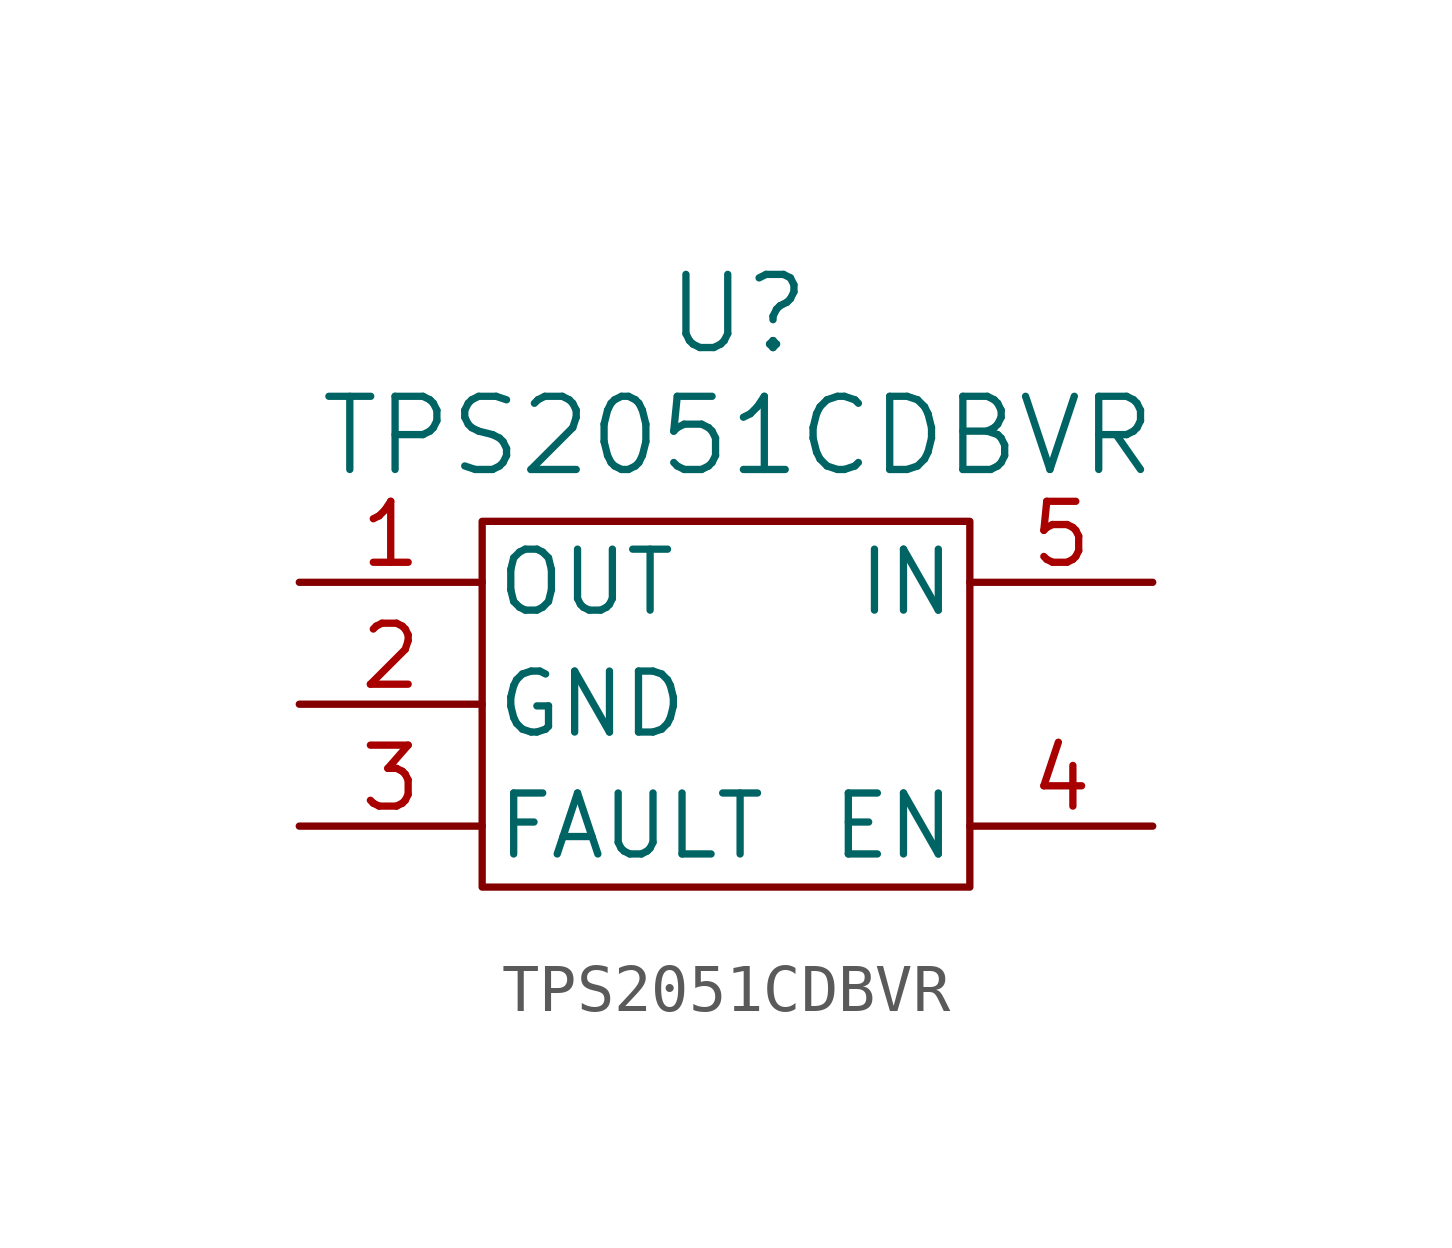
<source format=kicad_sym>
(kicad_symbol_lib
  (version 20231120)
  (generator "kicad_symbol_editor")
  (generator_version "8.0")
  (symbol "TPS2051CDBVR"
    (pin_names
      (offset 0.254))
    (property "Reference" "U"
      (at 7.874 5.588 0)
      (effects (font (size 1.524 1.524))))
    (property "Value" "TPS2051CDBVR"
      (at 7.874 3.048 0)
      (effects (font (size 1.524 1.524))))
    (symbol "TPS2051CDBVR_0_1"
      (rectangle (start 2.54 1.27) (end 12.7 -6.35) (stroke (width 0) (type default)) (fill (type none))))
    (symbol "TPS2051CDBVR_1_1"
      (pin output line (at -1.27 0 0) (length 3.81) (name "OUT" (effects (font (size 1.27 1.27)))) (number "1" (effects (font (size 1.27 1.27)))))
      (pin power_in line (at -1.27 -2.54 0) (length 3.81) (name "GND" (effects (font (size 1.27 1.27)))) (number "2" (effects (font (size 1.27 1.27)))))
      (pin input line (at -1.27 -5.08 0) (length 3.81) (name "FAULT" (effects (font (size 1.27 1.27)))) (number "3" (effects (font (size 1.27 1.27)))))
      (pin input line (at 16.51 -5.08 180) (length 3.81) (name "EN" (effects (font (size 1.27 1.27)))) (number "4" (effects (font (size 1.27 1.27)))))
      (pin input line (at 16.51 0 180) (length 3.81) (name "IN" (effects (font (size 1.27 1.27)))) (number "5" (effects (font (size 1.27 1.27))))))))
</source>
